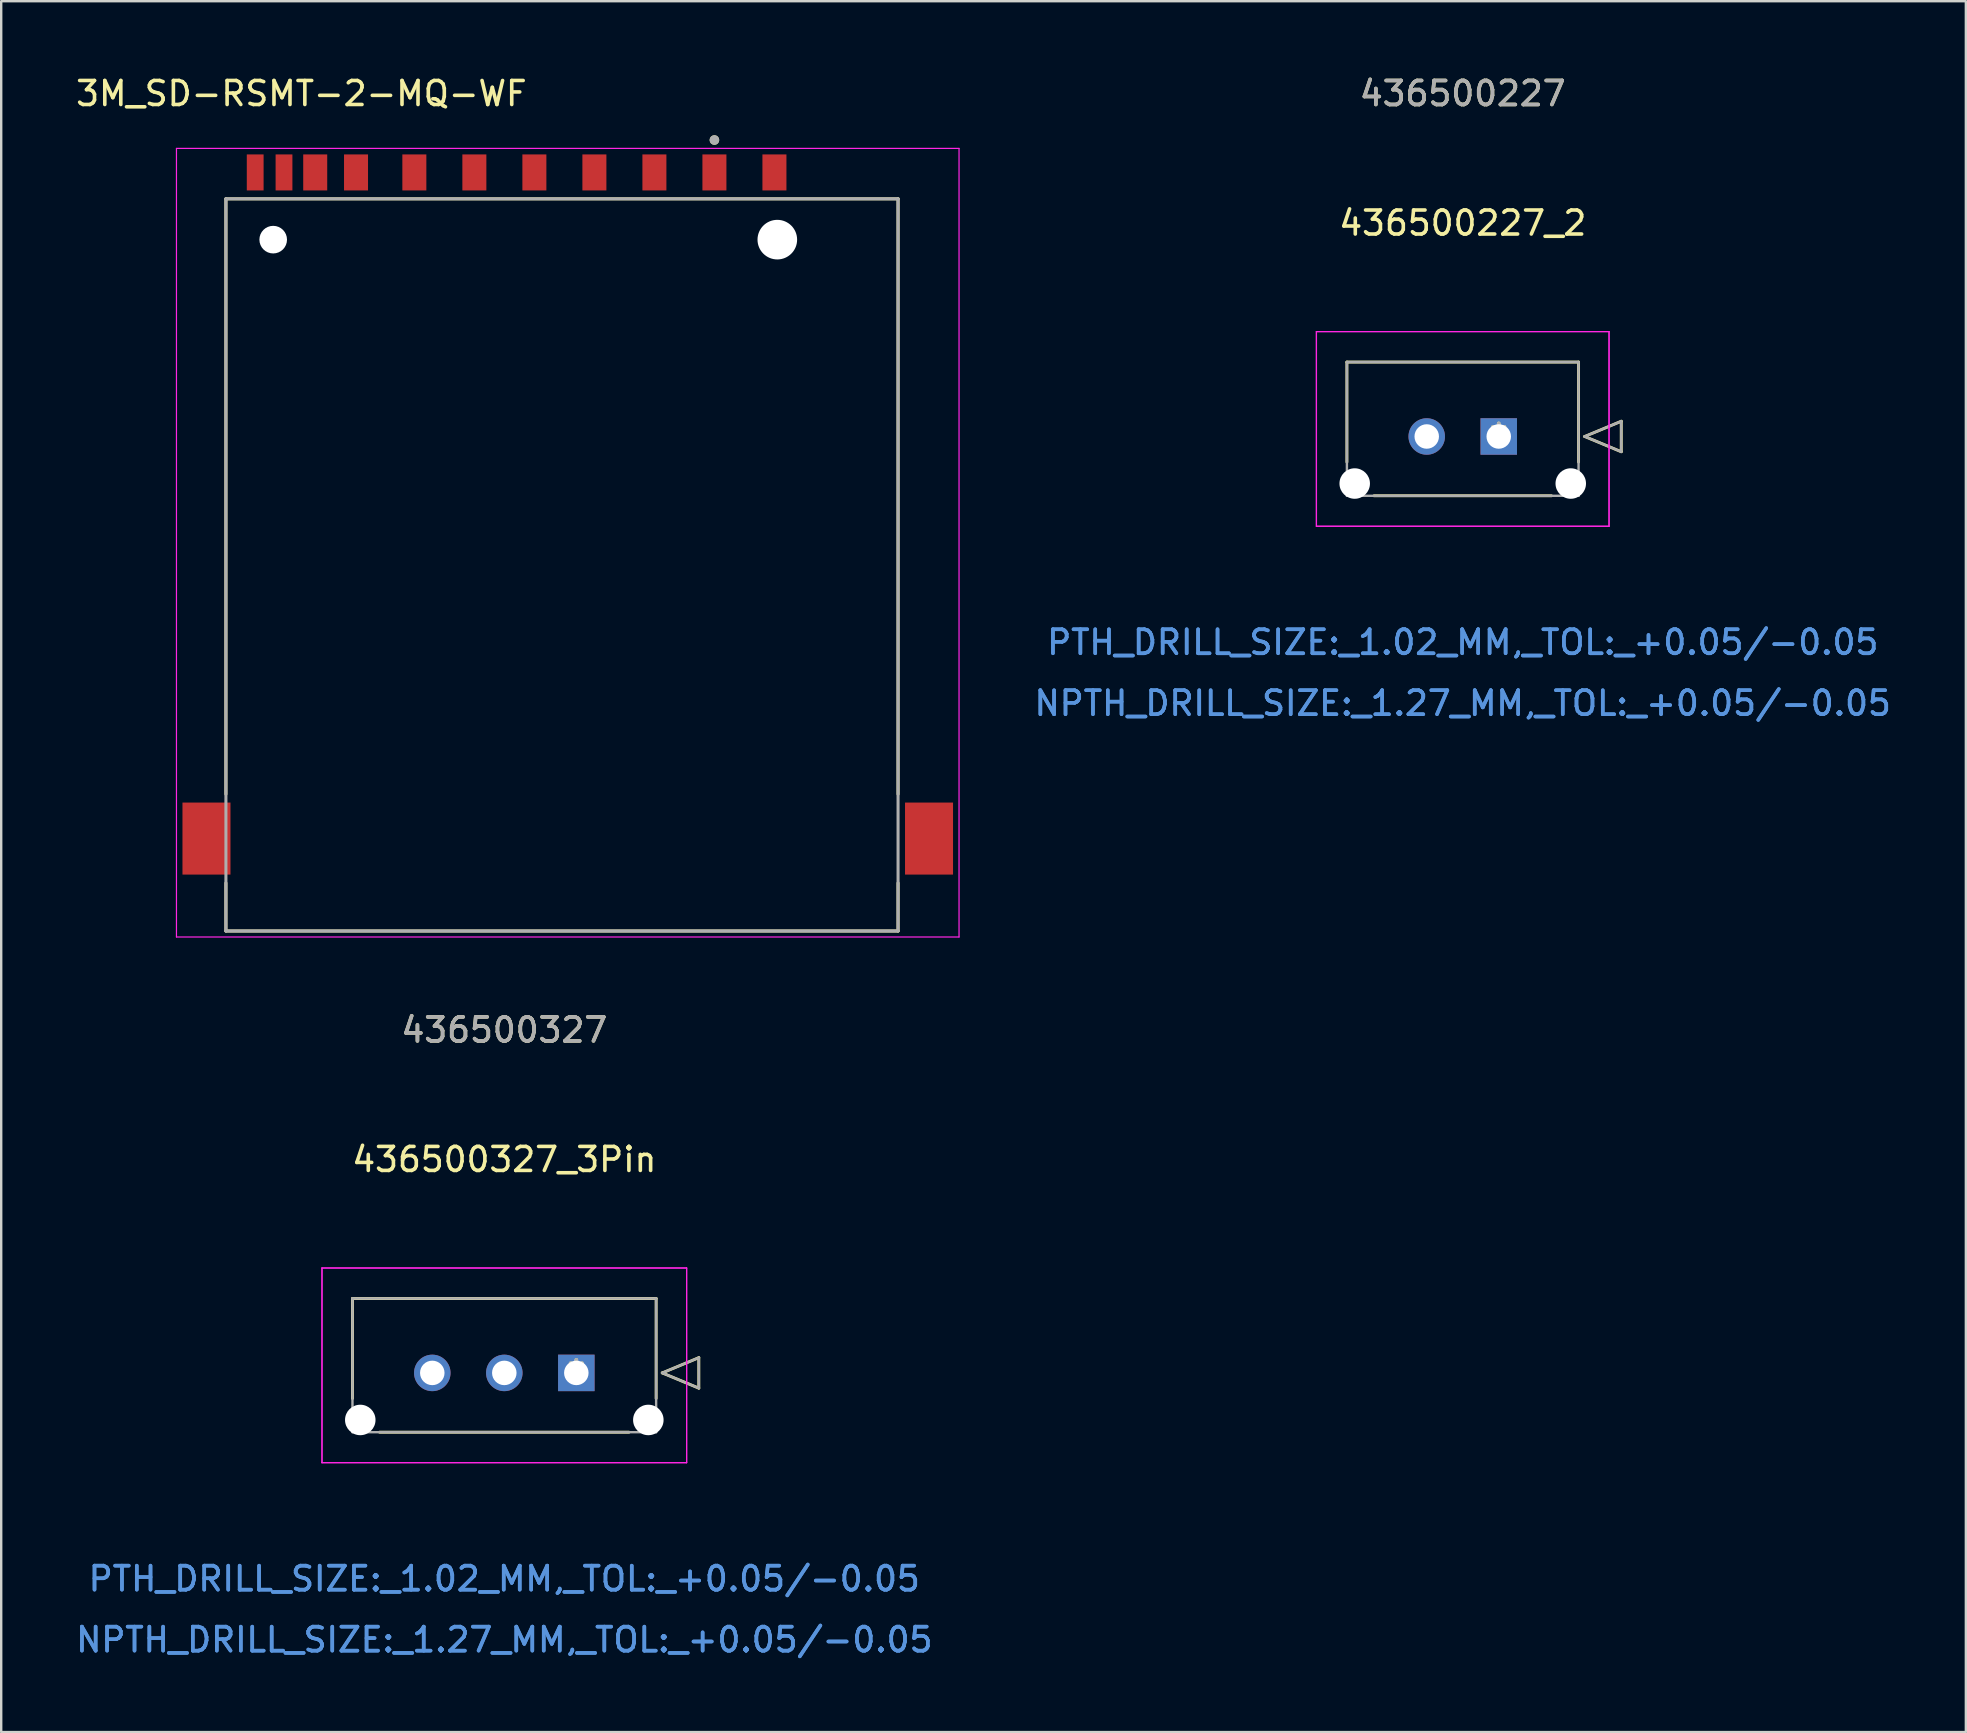
<source format=kicad_pcb>
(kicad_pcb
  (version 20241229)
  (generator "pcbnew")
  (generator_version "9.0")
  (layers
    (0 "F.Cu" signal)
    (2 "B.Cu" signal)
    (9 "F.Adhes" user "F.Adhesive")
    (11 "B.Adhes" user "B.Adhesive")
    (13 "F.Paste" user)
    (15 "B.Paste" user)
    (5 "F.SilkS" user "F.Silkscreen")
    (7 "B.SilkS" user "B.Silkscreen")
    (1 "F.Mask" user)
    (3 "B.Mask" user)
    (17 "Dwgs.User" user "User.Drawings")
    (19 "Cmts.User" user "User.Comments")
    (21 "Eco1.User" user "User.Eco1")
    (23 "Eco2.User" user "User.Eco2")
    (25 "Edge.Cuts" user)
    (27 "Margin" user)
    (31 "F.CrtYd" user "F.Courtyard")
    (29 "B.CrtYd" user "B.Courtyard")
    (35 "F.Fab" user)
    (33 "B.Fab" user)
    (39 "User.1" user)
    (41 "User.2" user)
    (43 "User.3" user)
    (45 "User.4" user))
  (footprint "3M_SD-RSMT-2-MQ-WF"
    (layer "F.Cu")
    (at 19.831 20.483)
    (property "Reference" "3M_SD-RSMT-2-MQ-WF" (at -10.325 -19.635 0) (layer "F.SilkS") (effects (font (size 1 1) (thickness 0.15))))
    (attr through_hole)
    (fp_line (start -13.47 -15.25) (end 14.53 -15.25) (stroke (width 0.127) (type solid)) (layer "F.SilkS"))
    (fp_line (start -13.47 9.55) (end -13.47 -15.25) (stroke (width 0.127) (type solid)) (layer "F.SilkS"))
    (fp_line (start -13.47 15.25) (end -13.47 13.25) (stroke (width 0.127) (type solid)) (layer "F.SilkS"))
    (fp_line (start 14.53 -15.25) (end 14.53 9.55) (stroke (width 0.127) (type solid)) (layer "F.SilkS"))
    (fp_line (start 14.53 13.25) (end 14.53 15.25) (stroke (width 0.127) (type solid)) (layer "F.SilkS"))
    (fp_line (start 14.53 15.25) (end -13.47 15.25) (stroke (width 0.127) (type solid)) (layer "F.SilkS"))
    (fp_circle (center 6.88 -17.7) (end 6.98 -17.7) (stroke (width 0.2) (type solid)) (fill no) (layer "F.SilkS"))
    (fp_line (start -15.53 -17.35) (end -15.53 15.5) (stroke (width 0.05) (type solid)) (layer "F.CrtYd"))
    (fp_line (start -15.53 15.5) (end 17.07 15.5) (stroke (width 0.05) (type solid)) (layer "F.CrtYd"))
    (fp_line (start 17.07 -17.35) (end -15.53 -17.35) (stroke (width 0.05) (type solid)) (layer "F.CrtYd"))
    (fp_line (start 17.07 15.5) (end 17.07 -17.35) (stroke (width 0.05) (type solid)) (layer "F.CrtYd"))
    (fp_line (start -13.47 -15.25) (end 14.53 -15.25) (stroke (width 0.127) (type solid)) (layer "F.Fab"))
    (fp_line (start -13.47 15.25) (end -13.47 -15.25) (stroke (width 0.127) (type solid)) (layer "F.Fab"))
    (fp_line (start 14.53 -15.25) (end 14.53 15.25) (stroke (width 0.127) (type solid)) (layer "F.Fab"))
    (fp_line (start 14.53 15.25) (end -13.47 15.25) (stroke (width 0.127) (type solid)) (layer "F.Fab"))
    (fp_circle (center 6.88 -17.7) (end 6.98 -17.7) (stroke (width 0.2) (type solid)) (fill no) (layer "F.Fab"))
    (pad "" np_thru_hole circle (at -11.5 -13.55) (size 1.15 1.15) (drill 1.15) (layers "*.Cu" "*.Mask"))
    (pad "" np_thru_hole circle (at 9.5 -13.55) (size 1.65 1.65) (drill 1.65) (layers "*.Cu" "*.Mask"))
    (pad "1" smd rect (at 6.88 -16.35) (size 1 1.5) (layers "F.Cu" "F.Mask" "F.Paste"))
    (pad "2" smd rect (at 4.38 -16.35) (size 1 1.5) (layers "F.Cu" "F.Mask" "F.Paste"))
    (pad "3" smd rect (at 1.88 -16.35) (size 1 1.5) (layers "F.Cu" "F.Mask" "F.Paste"))
    (pad "4" smd rect (at -0.62 -16.35) (size 1 1.5) (layers "F.Cu" "F.Mask" "F.Paste"))
    (pad "5" smd rect (at -3.12 -16.35) (size 1 1.5) (layers "F.Cu" "F.Mask" "F.Paste"))
    (pad "6" smd rect (at -5.62 -16.35) (size 1 1.5) (layers "F.Cu" "F.Mask" "F.Paste"))
    (pad "7" smd rect (at -8.05 -16.35) (size 1 1.5) (layers "F.Cu" "F.Mask" "F.Paste"))
    (pad "8" smd rect (at -9.75 -16.35) (size 1 1.5) (layers "F.Cu" "F.Mask" "F.Paste"))
    (pad "9" smd rect (at 9.38 -16.35) (size 1 1.5) (layers "F.Cu" "F.Mask" "F.Paste"))
    (pad "CDI" smd rect (at -11.05 -16.35) (size 0.7 1.5) (layers "F.Cu" "F.Mask" "F.Paste"))
    (pad "G1" smd rect (at -14.28 11.4) (size 2 3) (layers "F.Cu" "F.Mask" "F.Paste"))
    (pad "G2" smd rect (at 15.82 11.4) (size 2 3) (layers "F.Cu" "F.Mask" "F.Paste"))
    (pad "WP" smd rect (at -12.25 -16.35) (size 0.7 1.5) (layers "F.Cu" "F.Mask" "F.Paste")))
  (footprint "436500327_3Pin"
    (layer "F.Cu")
    (at 20.958 54.142)
    (property "Reference" "436500327_3Pin" (at -3 -8.89 0) (layer "F.SilkS") (effects (font (size 1 1) (thickness 0.15))))
    (attr through_hole)
    (fp_line (start -9.325 -3.1) (end -9.325 1.065) (stroke (width 0.12) (type solid)) (layer "F.SilkS"))
    (fp_line (start -8.196 2.47) (end 2.196 2.47) (stroke (width 0.12) (type solid)) (layer "F.SilkS"))
    (fp_line (start 3.325 -3.1) (end -9.325 -3.1) (stroke (width 0.12) (type solid)) (layer "F.SilkS"))
    (fp_line (start 3.325 1.065) (end 3.325 -3.1) (stroke (width 0.12) (type solid)) (layer "F.SilkS"))
    (fp_line (start 3.579 0) (end 5.103 -0.635) (stroke (width 0.12) (type solid)) (layer "F.SilkS"))
    (fp_line (start 5.103 -0.635) (end 5.103 0.635) (stroke (width 0.12) (type solid)) (layer "F.SilkS"))
    (fp_line (start 5.103 0.635) (end 3.579 0) (stroke (width 0.12) (type solid)) (layer "F.SilkS"))
    (fp_line (start -10.595 -4.37) (end -10.595 3.74) (stroke (width 0.05) (type solid)) (layer "F.CrtYd"))
    (fp_line (start -10.595 -4.37) (end -10.595 3.74) (stroke (width 0.05) (type solid)) (layer "F.CrtYd"))
    (fp_line (start -10.595 3.74) (end 4.595 3.74) (stroke (width 0.05) (type solid)) (layer "F.CrtYd"))
    (fp_line (start -10.595 3.74) (end 4.595 3.74) (stroke (width 0.05) (type solid)) (layer "F.CrtYd"))
    (fp_line (start 4.595 -4.37) (end -10.595 -4.37) (stroke (width 0.05) (type solid)) (layer "F.CrtYd"))
    (fp_line (start 4.595 -4.37) (end -10.595 -4.37) (stroke (width 0.05) (type solid)) (layer "F.CrtYd"))
    (fp_line (start 4.595 3.74) (end 4.595 -4.37) (stroke (width 0.05) (type solid)) (layer "F.CrtYd"))
    (fp_line (start 4.595 3.74) (end 4.595 -4.37) (stroke (width 0.05) (type solid)) (layer "F.CrtYd"))
    (fp_line (start -9.325 -3.1) (end -9.325 2.47) (stroke (width 0.1) (type solid)) (layer "F.Fab"))
    (fp_line (start -9.325 2.47) (end 3.325 2.47) (stroke (width 0.1) (type solid)) (layer "F.Fab"))
    (fp_line (start 3.325 -3.1) (end -9.325 -3.1) (stroke (width 0.1) (type solid)) (layer "F.Fab"))
    (fp_line (start 3.325 2.47) (end 3.325 -3.1) (stroke (width 0.1) (type solid)) (layer "F.Fab"))
    (fp_line (start 3.579 0) (end 5.103 -0.635) (stroke (width 0.1) (type solid)) (layer "F.Fab"))
    (fp_line (start 5.103 -0.635) (end 5.103 0.635) (stroke (width 0.1) (type solid)) (layer "F.Fab"))
    (fp_line (start 5.103 0.635) (end 3.579 0) (stroke (width 0.1) (type solid)) (layer "F.Fab"))
    (fp_text user "*" (at 0 0 0) (layer "F.SilkS") (effects (font (size 1 1) (thickness 0.15))))
    (fp_text user "436500327" (at -3 -14.285 0) (layer "F.SilkS") (effects (font (size 1 1) (thickness 0.15))))
    (fp_text user "NPTH_DRILL_SIZE:_1.27_MM,_TOL:_+0.05/-0.05" (at -3 11.115 0) (layer "Cmts.User") (effects (font (size 1 1) (thickness 0.15))))
    (fp_text user "Copyright 2021 Accelerated Designs. All rights reserved." (at 0 0 0) (layer "Cmts.User") (effects (font (size 0.127 0.127) (thickness 0.002))))
    (fp_text user "PTH_DRILL_SIZE:_1.02_MM,_TOL:_+0.05/-0.05" (at -3 8.575 0) (layer "Cmts.User") (effects (font (size 1 1) (thickness 0.15))))
    (fp_text user "PTH_DRILL_SIZE:_1.02_MM,_TOL:_+0.05/-0.05" (at -3 8.575 0) (layer "Cmts.User") (effects (font (size 1 1) (thickness 0.15))))
    (fp_text user "NPTH_DRILL_SIZE:_1.27_MM,_TOL:_+0.05/-0.05" (at -3 11.115 0) (layer "Cmts.User") (effects (font (size 1 1) (thickness 0.15))))
    (fp_text user "*" (at 0 0 0) (layer "F.Fab") (effects (font (size 1 1) (thickness 0.15))))
    (fp_text user "436500327" (at -3 -14.285 0) (layer "F.Fab") (effects (font (size 1 1) (thickness 0.15))))
    (pad "" np_thru_hole circle (at -9 1.96) (size 1.27 1.27) (drill 1.27) (layers "*.Cu" "*.Mask"))
    (pad "" np_thru_hole circle (at 3 1.96) (size 1.27 1.27) (drill 1.27) (layers "*.Cu" "*.Mask"))
    (pad "1" thru_hole rect (at 0 0) (size 1.52 1.52) (drill 1.02) (layers "*.Cu" "*.Mask"))
    (pad "2" thru_hole circle (at -3 0) (size 1.52 1.52) (drill 1.02) (layers "*.Cu" "*.Mask"))
    (pad "3" thru_hole circle (at -6 0) (size 1.52 1.52) (drill 1.02) (layers "*.Cu" "*.Mask")))
  (footprint "436500227_2"
    (layer "F.Cu")
    (at 59.384 15.133)
    (property "Reference" "436500227_2" (at -1.5 -8.89 0) (layer "F.SilkS") (effects (font (size 1 1) (thickness 0.15))))
    (attr through_hole)
    (fp_line (start -6.325 -3.1) (end -6.325 1.065) (stroke (width 0.12) (type solid)) (layer "F.SilkS"))
    (fp_line (start -5.196 2.47) (end 2.196 2.47) (stroke (width 0.12) (type solid)) (layer "F.SilkS"))
    (fp_line (start 3.325 -3.1) (end -6.325 -3.1) (stroke (width 0.12) (type solid)) (layer "F.SilkS"))
    (fp_line (start 3.325 1.065) (end 3.325 -3.1) (stroke (width 0.12) (type solid)) (layer "F.SilkS"))
    (fp_line (start 3.579 0) (end 5.103 -0.635) (stroke (width 0.12) (type solid)) (layer "F.SilkS"))
    (fp_line (start 5.103 -0.635) (end 5.103 0.635) (stroke (width 0.12) (type solid)) (layer "F.SilkS"))
    (fp_line (start 5.103 0.635) (end 3.579 0) (stroke (width 0.12) (type solid)) (layer "F.SilkS"))
    (fp_line (start -7.595 -4.37) (end -7.595 3.74) (stroke (width 0.05) (type solid)) (layer "F.CrtYd"))
    (fp_line (start -7.595 -4.37) (end -7.595 3.74) (stroke (width 0.05) (type solid)) (layer "F.CrtYd"))
    (fp_line (start -7.595 3.74) (end 4.595 3.74) (stroke (width 0.05) (type solid)) (layer "F.CrtYd"))
    (fp_line (start -7.595 3.74) (end 4.595 3.74) (stroke (width 0.05) (type solid)) (layer "F.CrtYd"))
    (fp_line (start 4.595 -4.37) (end -7.595 -4.37) (stroke (width 0.05) (type solid)) (layer "F.CrtYd"))
    (fp_line (start 4.595 -4.37) (end -7.595 -4.37) (stroke (width 0.05) (type solid)) (layer "F.CrtYd"))
    (fp_line (start 4.595 3.74) (end 4.595 -4.37) (stroke (width 0.05) (type solid)) (layer "F.CrtYd"))
    (fp_line (start 4.595 3.74) (end 4.595 -4.37) (stroke (width 0.05) (type solid)) (layer "F.CrtYd"))
    (fp_line (start -6.325 -3.1) (end -6.325 2.47) (stroke (width 0.1) (type solid)) (layer "F.Fab"))
    (fp_line (start -6.325 2.47) (end 3.325 2.47) (stroke (width 0.1) (type solid)) (layer "F.Fab"))
    (fp_line (start 3.325 -3.1) (end -6.325 -3.1) (stroke (width 0.1) (type solid)) (layer "F.Fab"))
    (fp_line (start 3.325 2.47) (end 3.325 -3.1) (stroke (width 0.1) (type solid)) (layer "F.Fab"))
    (fp_line (start 3.579 0) (end 5.103 -0.635) (stroke (width 0.1) (type solid)) (layer "F.Fab"))
    (fp_line (start 5.103 -0.635) (end 5.103 0.635) (stroke (width 0.1) (type solid)) (layer "F.Fab"))
    (fp_line (start 5.103 0.635) (end 3.579 0) (stroke (width 0.1) (type solid)) (layer "F.Fab"))
    (fp_text user "436500227" (at -1.5 -14.285 0) (layer "F.SilkS") (effects (font (size 1 1) (thickness 0.15))))
    (fp_text user "*" (at 0 0 0) (layer "F.SilkS") (effects (font (size 1 1) (thickness 0.15))))
    (fp_text user "PTH_DRILL_SIZE:_1.02_MM,_TOL:_+0.05/-0.05" (at -1.5 8.575 0) (layer "Cmts.User") (effects (font (size 1 1) (thickness 0.15))))
    (fp_text user "NPTH_DRILL_SIZE:_1.27_MM,_TOL:_+0.05/-0.05" (at -1.5 11.115 0) (layer "Cmts.User") (effects (font (size 1 1) (thickness 0.15))))
    (fp_text user "Copyright 2021 Accelerated Designs. All rights reserved." (at 0 0 0) (layer "Cmts.User") (effects (font (size 0.127 0.127) (thickness 0.002))))
    (fp_text user "NPTH_DRILL_SIZE:_1.27_MM,_TOL:_+0.05/-0.05" (at -1.5 11.115 0) (layer "Cmts.User") (effects (font (size 1 1) (thickness 0.15))))
    (fp_text user "PTH_DRILL_SIZE:_1.02_MM,_TOL:_+0.05/-0.05" (at -1.5 8.575 0) (layer "Cmts.User") (effects (font (size 1 1) (thickness 0.15))))
    (fp_text user "436500227" (at -1.5 -14.285 0) (layer "F.Fab") (effects (font (size 1 1) (thickness 0.15))))
    (fp_text user "*" (at 0 0 0) (layer "F.Fab") (effects (font (size 1 1) (thickness 0.15))))
    (pad "" np_thru_hole circle (at -6 1.96) (size 1.27 1.27) (drill 1.27) (layers "*.Cu" "*.Mask"))
    (pad "" np_thru_hole circle (at 3 1.96) (size 1.27 1.27) (drill 1.27) (layers "*.Cu" "*.Mask"))
    (pad "1" thru_hole rect (at 0 0) (size 1.52 1.52) (drill 1.02) (layers "*.Cu" "*.Mask"))
    (pad "2" thru_hole circle (at -3 0) (size 1.52 1.52) (drill 1.02) (layers "*.Cu" "*.Mask")))
  (gr_rect
    (start -3 -3)
    (end 78.843 69.105)
    (stroke (width 0.1) (type default))
    (fill no)
    (layer "Edge.Cuts")))
</source>
